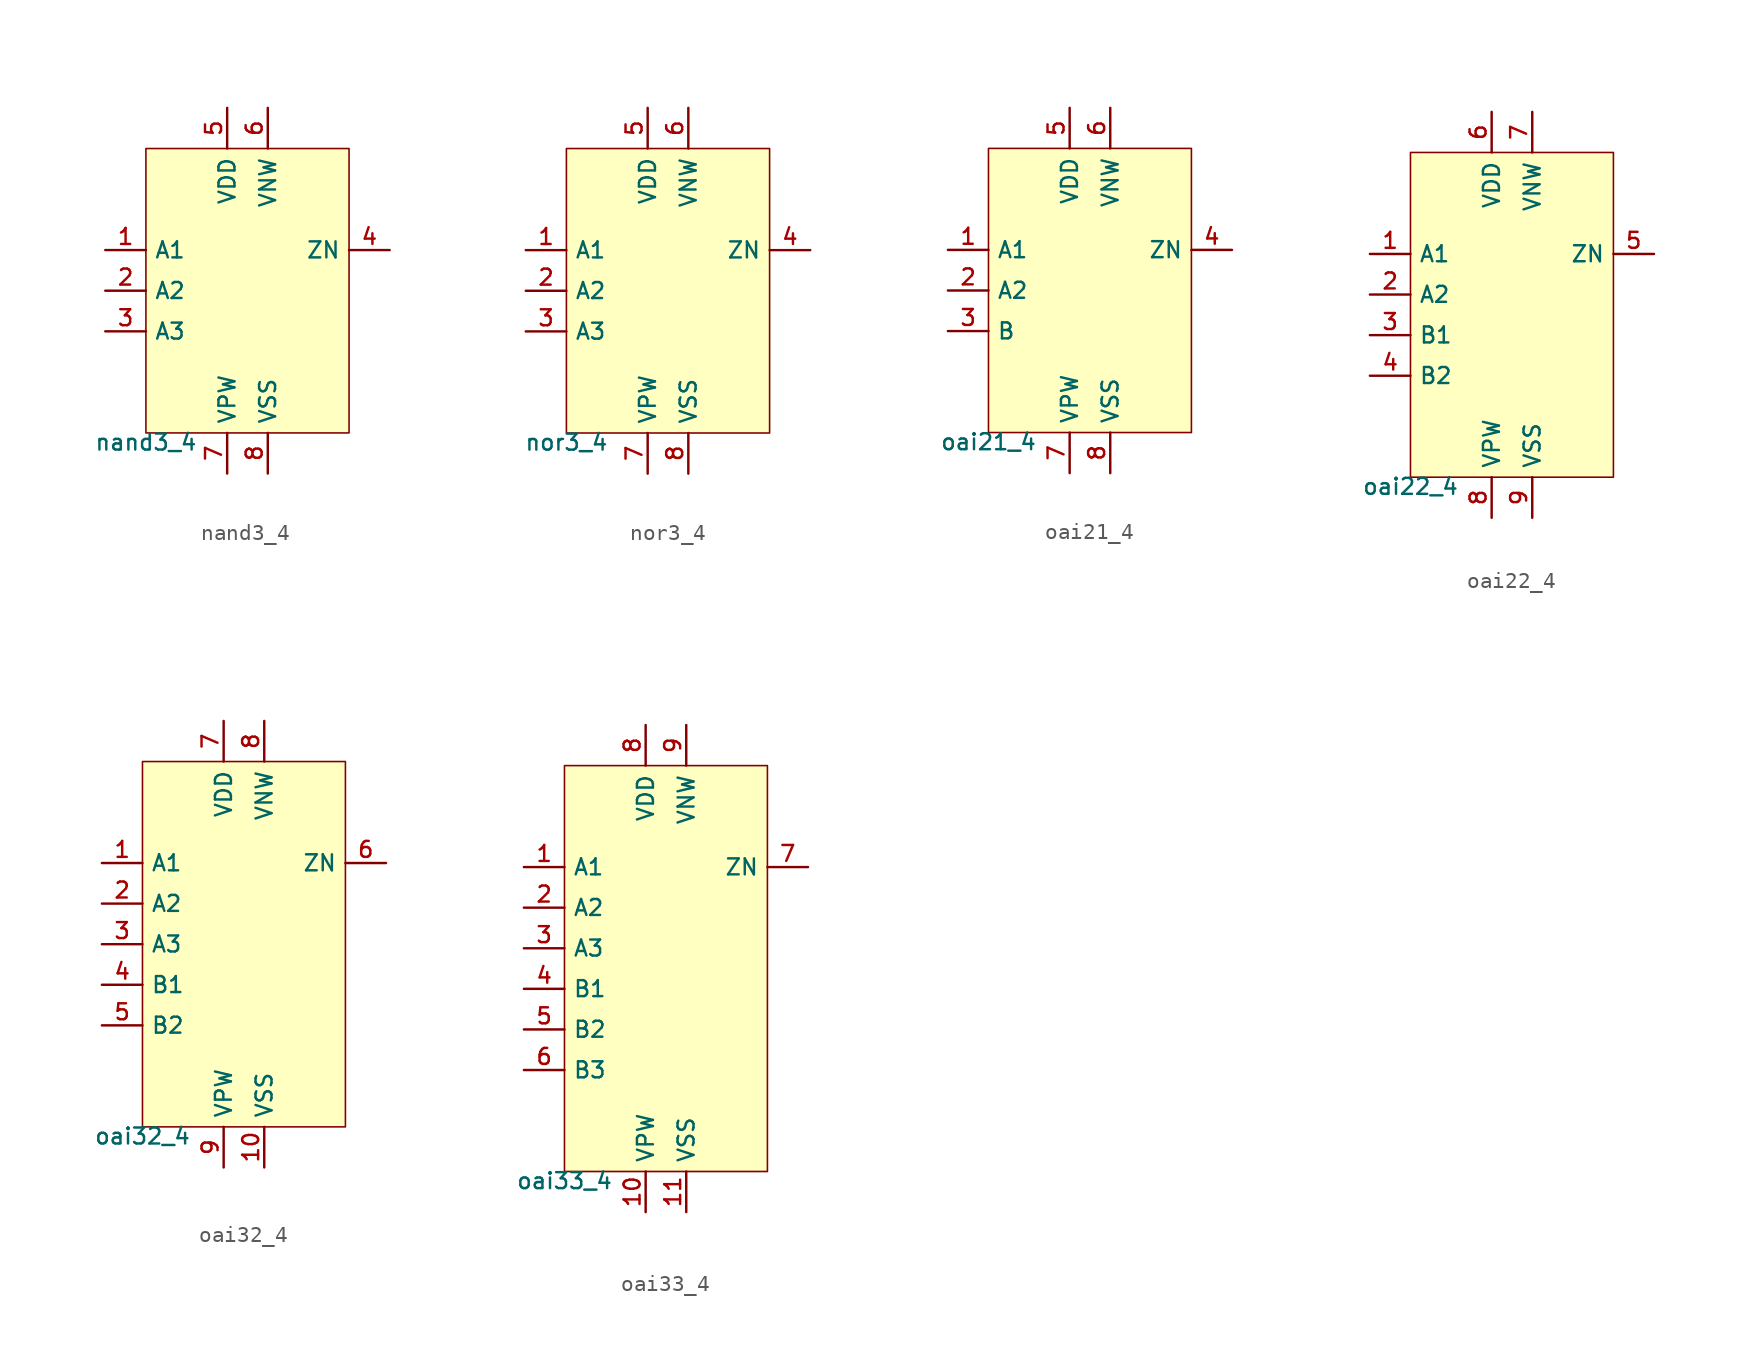
<source format=kicad_sym>
(kicad_symbol_lib
  (version 20211014)
  (generator pdk2kicad)
  (symbol "nand3_4"
    (property "Reference" "X"
      (at 0 0 0)
      (effects (font (size 1 1)) hide))
    (property "Value" "nand3_4"
      (at -6.35 -8.89 0)
      (effects (font (size 1 1)) (justify top)))
    (rectangle
      (start -6.35 -8.89)
      (end 6.35 8.89)
      (stroke (width 0.1) (type solid) (color 0 0 0 0))
      (fill (type background)))
    (pin input line
      (at -8.89 2.54 0)
      (length 2.54)
      (name "A1" (effects (font (size 1 1)) hide))
      (number "1" (effects (font (size 1 1)) hide)))
    (pin input line
      (at -8.89 4.440892098500626e-16 0)
      (length 2.54)
      (name "A2" (effects (font (size 1 1)) hide))
      (number "2" (effects (font (size 1 1)) hide)))
    (pin input line
      (at -8.89 -2.54 0)
      (length 2.54)
      (name "A3" (effects (font (size 1 1)) hide))
      (number "3" (effects (font (size 1 1)) hide)))
    (pin output line
      (at 8.89 2.54 180)
      (length 2.54)
      (name "ZN" (effects (font (size 1 1)) hide))
      (number "4" (effects (font (size 1 1)) hide)))
    (pin power_in line
      (at -1.27 11.43 270)
      (length 2.54)
      (name "VDD" (effects (font (size 1 1)) hide))
      (number "5" (effects (font (size 1 1)) hide)))
    (pin power_in line
      (at 1.27 11.43 270)
      (length 2.54)
      (name "VNW" (effects (font (size 1 1)) hide))
      (number "6" (effects (font (size 1 1)) hide)))
    (pin power_in line
      (at -1.27 -11.43 90)
      (length 2.54)
      (name "VPW" (effects (font (size 1 1)) hide))
      (number "7" (effects (font (size 1 1)) hide)))
    (pin power_in line
      (at 1.27 -11.43 90)
      (length 2.54)
      (name "VSS" (effects (font (size 1 1)) hide))
      (number "8" (effects (font (size 1 1)) hide))))
  (symbol "nor3_4"
    (property "Reference" "X"
      (at 0 0 0)
      (effects (font (size 1 1)) hide))
    (property "Value" "nor3_4"
      (at -6.35 -8.89 0)
      (effects (font (size 1 1)) (justify top)))
    (rectangle
      (start -6.35 -8.89)
      (end 6.35 8.89)
      (stroke (width 0.1) (type solid) (color 0 0 0 0))
      (fill (type background)))
    (pin input line
      (at -8.89 2.54 0)
      (length 2.54)
      (name "A1" (effects (font (size 1 1)) hide))
      (number "1" (effects (font (size 1 1)) hide)))
    (pin input line
      (at -8.89 4.440892098500626e-16 0)
      (length 2.54)
      (name "A2" (effects (font (size 1 1)) hide))
      (number "2" (effects (font (size 1 1)) hide)))
    (pin input line
      (at -8.89 -2.54 0)
      (length 2.54)
      (name "A3" (effects (font (size 1 1)) hide))
      (number "3" (effects (font (size 1 1)) hide)))
    (pin output line
      (at 8.89 2.54 180)
      (length 2.54)
      (name "ZN" (effects (font (size 1 1)) hide))
      (number "4" (effects (font (size 1 1)) hide)))
    (pin power_in line
      (at -1.27 11.43 270)
      (length 2.54)
      (name "VDD" (effects (font (size 1 1)) hide))
      (number "5" (effects (font (size 1 1)) hide)))
    (pin power_in line
      (at 1.27 11.43 270)
      (length 2.54)
      (name "VNW" (effects (font (size 1 1)) hide))
      (number "6" (effects (font (size 1 1)) hide)))
    (pin power_in line
      (at -1.27 -11.43 90)
      (length 2.54)
      (name "VPW" (effects (font (size 1 1)) hide))
      (number "7" (effects (font (size 1 1)) hide)))
    (pin power_in line
      (at 1.27 -11.43 90)
      (length 2.54)
      (name "VSS" (effects (font (size 1 1)) hide))
      (number "8" (effects (font (size 1 1)) hide))))
  (symbol "oai21_4"
    (property "Reference" "X"
      (at 0 0 0)
      (effects (font (size 1 1)) hide))
    (property "Value" "oai21_4"
      (at -6.35 -8.89 0)
      (effects (font (size 1 1)) (justify top)))
    (rectangle
      (start -6.35 -8.89)
      (end 6.35 8.89)
      (stroke (width 0.1) (type solid) (color 0 0 0 0))
      (fill (type background)))
    (pin input line
      (at -8.89 2.54 0)
      (length 2.54)
      (name "A1" (effects (font (size 1 1)) hide))
      (number "1" (effects (font (size 1 1)) hide)))
    (pin input line
      (at -8.89 4.440892098500626e-16 0)
      (length 2.54)
      (name "A2" (effects (font (size 1 1)) hide))
      (number "2" (effects (font (size 1 1)) hide)))
    (pin input line
      (at -8.89 -2.54 0)
      (length 2.54)
      (name "B" (effects (font (size 1 1)) hide))
      (number "3" (effects (font (size 1 1)) hide)))
    (pin output line
      (at 8.89 2.54 180)
      (length 2.54)
      (name "ZN" (effects (font (size 1 1)) hide))
      (number "4" (effects (font (size 1 1)) hide)))
    (pin power_in line
      (at -1.27 11.43 270)
      (length 2.54)
      (name "VDD" (effects (font (size 1 1)) hide))
      (number "5" (effects (font (size 1 1)) hide)))
    (pin power_in line
      (at 1.27 11.43 270)
      (length 2.54)
      (name "VNW" (effects (font (size 1 1)) hide))
      (number "6" (effects (font (size 1 1)) hide)))
    (pin power_in line
      (at -1.27 -11.43 90)
      (length 2.54)
      (name "VPW" (effects (font (size 1 1)) hide))
      (number "7" (effects (font (size 1 1)) hide)))
    (pin power_in line
      (at 1.27 -11.43 90)
      (length 2.54)
      (name "VSS" (effects (font (size 1 1)) hide))
      (number "8" (effects (font (size 1 1)) hide))))
  (symbol "oai22_4"
    (property "Reference" "X"
      (at 0 0 0)
      (effects (font (size 1 1)) hide))
    (property "Value" "oai22_4"
      (at -6.35 -10.16 0)
      (effects (font (size 1 1)) (justify top)))
    (rectangle
      (start -6.35 -10.16)
      (end 6.35 10.16)
      (stroke (width 0.1) (type solid) (color 0 0 0 0))
      (fill (type background)))
    (pin input line
      (at -8.89 3.81 0)
      (length 2.54)
      (name "A1" (effects (font (size 1 1)) hide))
      (number "1" (effects (font (size 1 1)) hide)))
    (pin input line
      (at -8.89 1.27 0)
      (length 2.54)
      (name "A2" (effects (font (size 1 1)) hide))
      (number "2" (effects (font (size 1 1)) hide)))
    (pin input line
      (at -8.89 -1.27 0)
      (length 2.54)
      (name "B1" (effects (font (size 1 1)) hide))
      (number "3" (effects (font (size 1 1)) hide)))
    (pin input line
      (at -8.89 -3.81 0)
      (length 2.54)
      (name "B2" (effects (font (size 1 1)) hide))
      (number "4" (effects (font (size 1 1)) hide)))
    (pin output line
      (at 8.89 3.81 180)
      (length 2.54)
      (name "ZN" (effects (font (size 1 1)) hide))
      (number "5" (effects (font (size 1 1)) hide)))
    (pin power_in line
      (at -1.27 12.7 270)
      (length 2.54)
      (name "VDD" (effects (font (size 1 1)) hide))
      (number "6" (effects (font (size 1 1)) hide)))
    (pin power_in line
      (at 1.27 12.7 270)
      (length 2.54)
      (name "VNW" (effects (font (size 1 1)) hide))
      (number "7" (effects (font (size 1 1)) hide)))
    (pin power_in line
      (at -1.27 -12.7 90)
      (length 2.54)
      (name "VPW" (effects (font (size 1 1)) hide))
      (number "8" (effects (font (size 1 1)) hide)))
    (pin power_in line
      (at 1.27 -12.7 90)
      (length 2.54)
      (name "VSS" (effects (font (size 1 1)) hide))
      (number "9" (effects (font (size 1 1)) hide))))
  (symbol "oai32_4"
    (property "Reference" "X"
      (at 0 0 0)
      (effects (font (size 1 1)) hide))
    (property "Value" "oai32_4"
      (at -6.35 -11.43 0)
      (effects (font (size 1 1)) (justify top)))
    (rectangle
      (start -6.35 -11.43)
      (end 6.35 11.43)
      (stroke (width 0.1) (type solid) (color 0 0 0 0))
      (fill (type background)))
    (pin input line
      (at -8.89 5.08 0)
      (length 2.54)
      (name "A1" (effects (font (size 1 1)) hide))
      (number "1" (effects (font (size 1 1)) hide)))
    (pin input line
      (at -8.89 2.54 0)
      (length 2.54)
      (name "A2" (effects (font (size 1 1)) hide))
      (number "2" (effects (font (size 1 1)) hide)))
    (pin input line
      (at -8.89 -4.440892098500626e-16 0)
      (length 2.54)
      (name "A3" (effects (font (size 1 1)) hide))
      (number "3" (effects (font (size 1 1)) hide)))
    (pin input line
      (at -8.89 -2.54 0)
      (length 2.54)
      (name "B1" (effects (font (size 1 1)) hide))
      (number "4" (effects (font (size 1 1)) hide)))
    (pin input line
      (at -8.89 -5.08 0)
      (length 2.54)
      (name "B2" (effects (font (size 1 1)) hide))
      (number "5" (effects (font (size 1 1)) hide)))
    (pin output line
      (at 8.89 5.08 180)
      (length 2.54)
      (name "ZN" (effects (font (size 1 1)) hide))
      (number "6" (effects (font (size 1 1)) hide)))
    (pin power_in line
      (at -1.27 13.97 270)
      (length 2.54)
      (name "VDD" (effects (font (size 1 1)) hide))
      (number "7" (effects (font (size 1 1)) hide)))
    (pin power_in line
      (at 1.27 13.97 270)
      (length 2.54)
      (name "VNW" (effects (font (size 1 1)) hide))
      (number "8" (effects (font (size 1 1)) hide)))
    (pin power_in line
      (at -1.27 -13.97 90)
      (length 2.54)
      (name "VPW" (effects (font (size 1 1)) hide))
      (number "9" (effects (font (size 1 1)) hide)))
    (pin power_in line
      (at 1.27 -13.97 90)
      (length 2.54)
      (name "VSS" (effects (font (size 1 1)) hide))
      (number "10" (effects (font (size 1 1)) hide))))
  (symbol "oai33_4"
    (property "Reference" "X"
      (at 0 0 0)
      (effects (font (size 1 1)) hide))
    (property "Value" "oai33_4"
      (at -6.35 -12.7 0)
      (effects (font (size 1 1)) (justify top)))
    (rectangle
      (start -6.35 -12.7)
      (end 6.35 12.7)
      (stroke (width 0.1) (type solid) (color 0 0 0 0))
      (fill (type background)))
    (pin input line
      (at -8.89 6.35 0)
      (length 2.54)
      (name "A1" (effects (font (size 1 1)) hide))
      (number "1" (effects (font (size 1 1)) hide)))
    (pin input line
      (at -8.89 3.81 0)
      (length 2.54)
      (name "A2" (effects (font (size 1 1)) hide))
      (number "2" (effects (font (size 1 1)) hide)))
    (pin input line
      (at -8.89 1.27 0)
      (length 2.54)
      (name "A3" (effects (font (size 1 1)) hide))
      (number "3" (effects (font (size 1 1)) hide)))
    (pin input line
      (at -8.89 -1.27 0)
      (length 2.54)
      (name "B1" (effects (font (size 1 1)) hide))
      (number "4" (effects (font (size 1 1)) hide)))
    (pin input line
      (at -8.89 -3.81 0)
      (length 2.54)
      (name "B2" (effects (font (size 1 1)) hide))
      (number "5" (effects (font (size 1 1)) hide)))
    (pin input line
      (at -8.89 -6.35 0)
      (length 2.54)
      (name "B3" (effects (font (size 1 1)) hide))
      (number "6" (effects (font (size 1 1)) hide)))
    (pin output line
      (at 8.89 6.35 180)
      (length 2.54)
      (name "ZN" (effects (font (size 1 1)) hide))
      (number "7" (effects (font (size 1 1)) hide)))
    (pin power_in line
      (at -1.27 15.24 270)
      (length 2.54)
      (name "VDD" (effects (font (size 1 1)) hide))
      (number "8" (effects (font (size 1 1)) hide)))
    (pin power_in line
      (at 1.27 15.24 270)
      (length 2.54)
      (name "VNW" (effects (font (size 1 1)) hide))
      (number "9" (effects (font (size 1 1)) hide)))
    (pin power_in line
      (at -1.27 -15.24 90)
      (length 2.54)
      (name "VPW" (effects (font (size 1 1)) hide))
      (number "10" (effects (font (size 1 1)) hide)))
    (pin power_in line
      (at 1.27 -15.24 90)
      (length 2.54)
      (name "VSS" (effects (font (size 1 1)) hide))
      (number "11" (effects (font (size 1 1)) hide)))))
</source>
